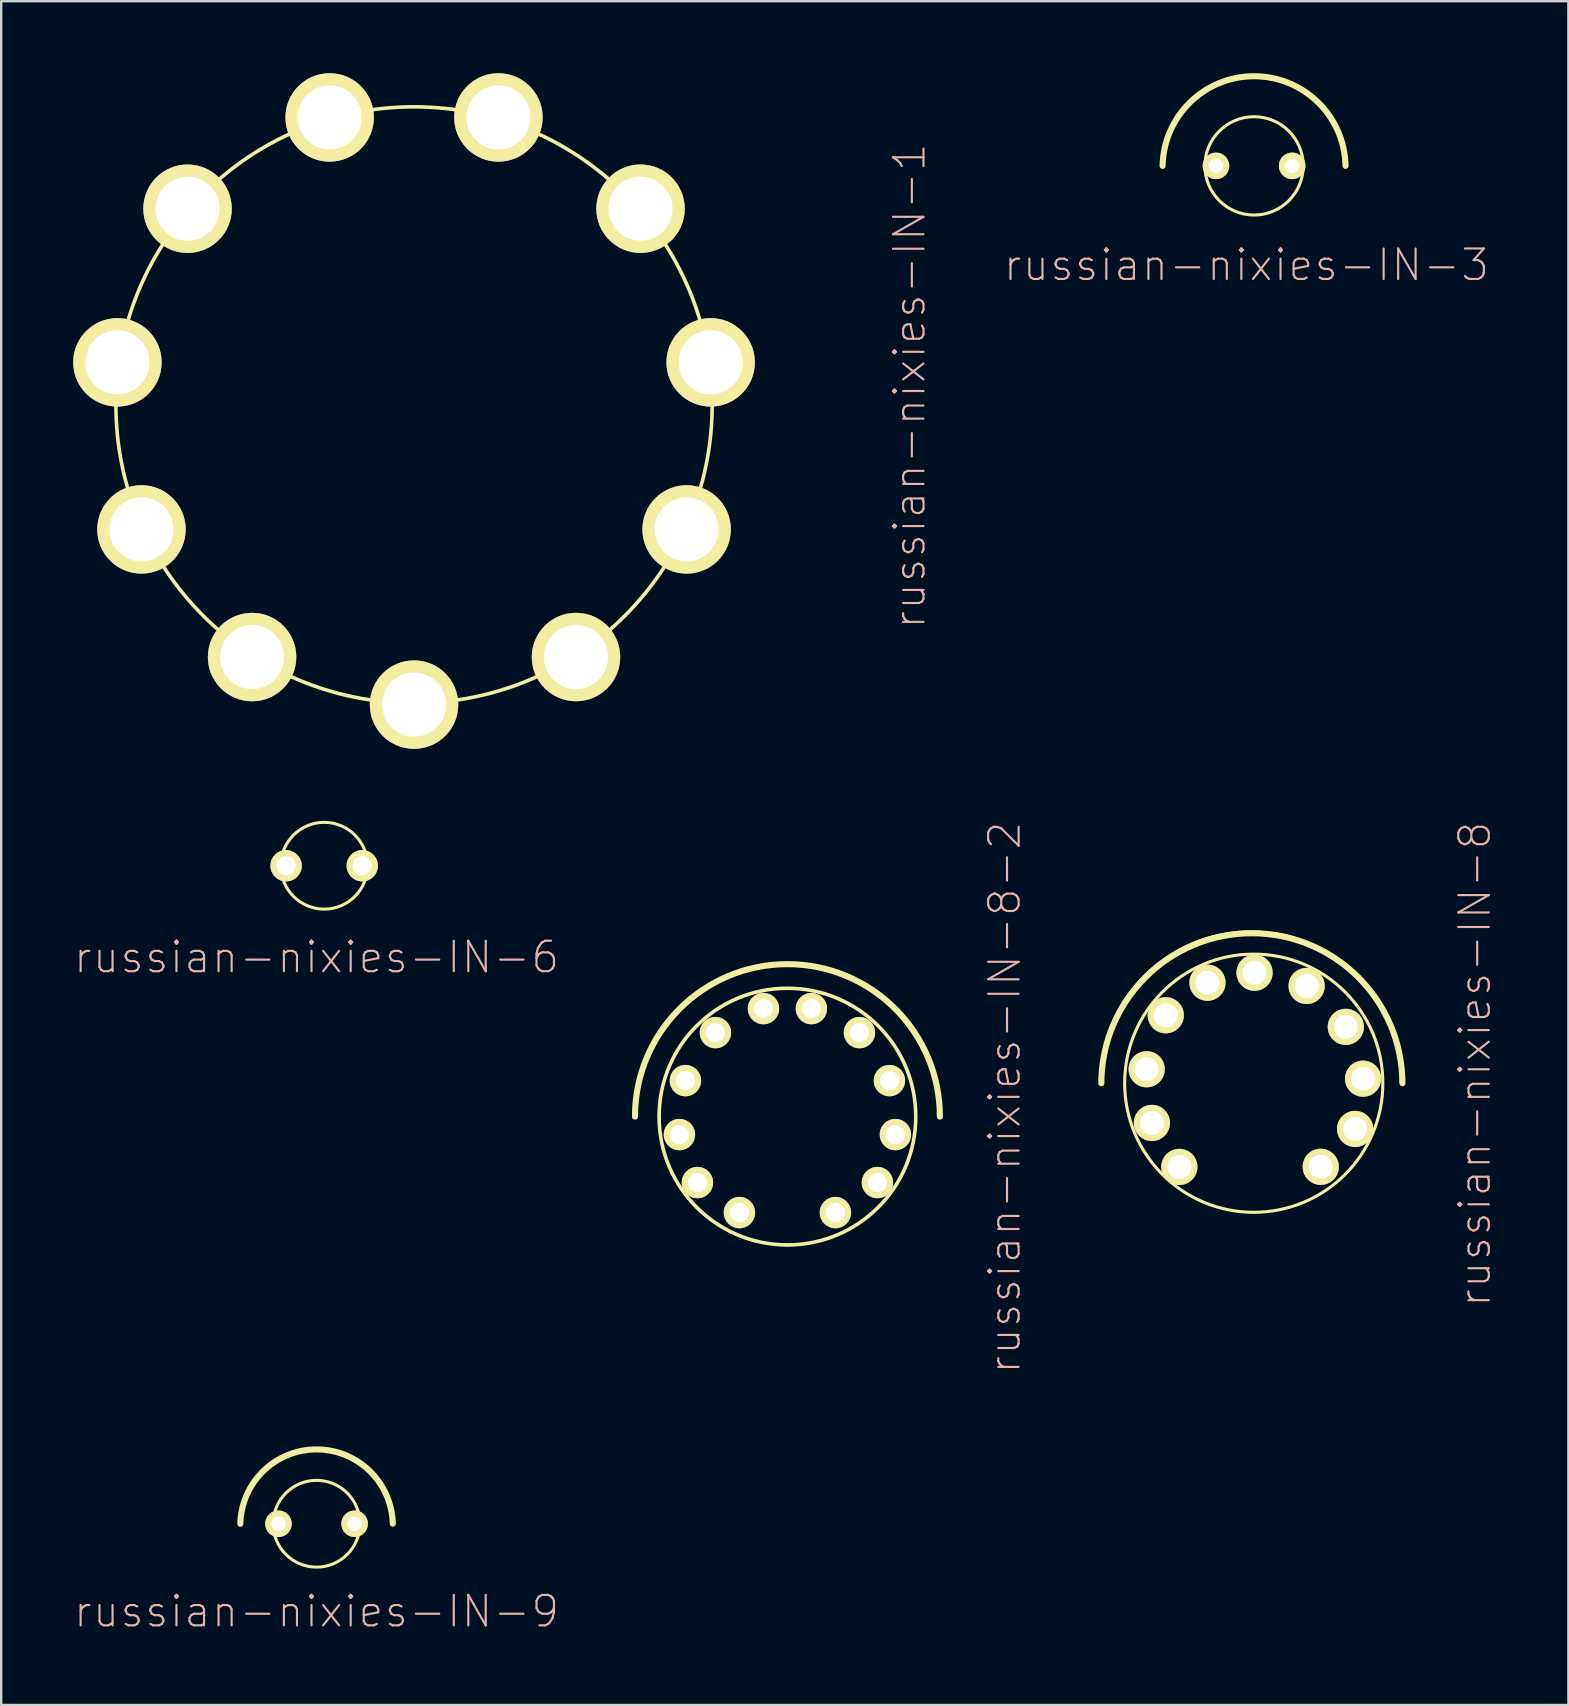
<source format=kicad_pcb>
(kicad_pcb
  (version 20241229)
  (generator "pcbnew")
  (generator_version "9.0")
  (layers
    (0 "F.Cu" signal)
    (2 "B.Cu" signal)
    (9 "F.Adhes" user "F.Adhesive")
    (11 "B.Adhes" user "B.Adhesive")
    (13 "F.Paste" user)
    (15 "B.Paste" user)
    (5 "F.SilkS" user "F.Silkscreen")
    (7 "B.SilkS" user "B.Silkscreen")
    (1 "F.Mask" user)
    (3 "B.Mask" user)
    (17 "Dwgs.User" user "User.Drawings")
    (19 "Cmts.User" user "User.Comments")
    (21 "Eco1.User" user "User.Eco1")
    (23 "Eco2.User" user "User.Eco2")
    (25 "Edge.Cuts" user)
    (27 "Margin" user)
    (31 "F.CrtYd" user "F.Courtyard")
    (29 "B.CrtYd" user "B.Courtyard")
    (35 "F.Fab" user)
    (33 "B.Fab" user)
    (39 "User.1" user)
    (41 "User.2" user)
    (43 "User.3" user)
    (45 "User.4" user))
  (footprint "russian-nixies-IN-3"
    (layer "F.Cu")
    (at 49.186 3.859)
    (property "Reference" "russian-nixies-IN-3" (at -0.318 4.128 0) (layer "B.SilkS") (effects (font (size 1.27 1.27) (thickness 0.089))))
    (attr exclude_from_pos_files exclude_from_bom)
    (fp_arc (start -3.81 0) (mid -0.001068 -3.732073) (end 3.809955 -0.002135) (stroke (width 0.254) (type solid)) (layer "F.SilkS"))
    (fp_circle (center 0 0) (end -1.448 1.448) (stroke (width 0.127) (type solid)) (fill no) (layer "F.SilkS"))
    (pad "A" thru_hole circle (at -1.587 0) (size 1.107 1.107) (drill 0.599) (layers "*.Cu" "F.Mask" "F.SilkS" "F.Paste"))
    (pad "K" thru_hole circle (at 1.587 0) (size 1.107 1.107) (drill 0.599) (layers "*.Cu" "F.Mask" "F.SilkS" "F.Paste")))
  (footprint "russian-nixies-IN-8-2"
    (layer "F.Cu")
    (at 29.749 43.46)
    (property "Reference" "russian-nixies-IN-8-2" (at 9.047 -0.792 90) (layer "B.SilkS") (effects (font (size 1.27 1.27) (thickness 0.089))))
    (attr exclude_from_pos_files exclude_from_bom)
    (fp_arc (start -6.35 0) (mid 0 -6.35) (end 6.35 0) (stroke (width 0.127) (type solid)) (layer "F.SilkS"))
    (fp_arc (start -6.35 0) (mid 0 -6.35) (end 6.35 0) (stroke (width 0.254) (type solid)) (layer "F.SilkS"))
    (fp_circle (center 0 0) (end -3.81 3.81) (stroke (width 0.064) (type solid)) (fill no) (layer "F.SilkS"))
    (fp_circle (center 0 0) (end -3.772 3.772) (stroke (width 0.127) (type solid)) (fill no) (layer "F.SilkS"))
    (pad "." thru_hole circle (at -3 -3.498) (size 1.306 1.306) (drill 0.798) (layers "*.Cu" "F.Mask" "F.SilkS" "F.Paste"))
    (pad "0" thru_hole circle (at -3.749 2.748) (size 1.306 1.306) (drill 0.798) (layers "*.Cu" "F.Mask" "F.SilkS" "F.Paste"))
    (pad "1" thru_hole circle (at 1.999 3.998) (size 1.306 1.306) (drill 0.798) (layers "*.Cu" "F.Mask" "F.SilkS" "F.Paste"))
    (pad "2" thru_hole circle (at 3.749 2.748) (size 1.306 1.306) (drill 0.798) (layers "*.Cu" "F.Mask" "F.SilkS" "F.Paste"))
    (pad "3" thru_hole circle (at 4.498 0.749) (size 1.306 1.306) (drill 0.798) (layers "*.Cu" "F.Mask" "F.SilkS" "F.Paste"))
    (pad "4" thru_hole circle (at 4.249 -1.499) (size 1.306 1.306) (drill 0.798) (layers "*.Cu" "F.Mask" "F.SilkS" "F.Paste"))
    (pad "5" thru_hole circle (at 3 -3.498) (size 1.306 1.306) (drill 0.798) (layers "*.Cu" "F.Mask" "F.SilkS" "F.Paste"))
    (pad "6" thru_hole circle (at 0.998 -4.498) (size 1.306 1.306) (drill 0.798) (layers "*.Cu" "F.Mask" "F.SilkS" "F.Paste"))
    (pad "7" thru_hole circle (at -0.998 -4.498) (size 1.306 1.306) (drill 0.798) (layers "*.Cu" "F.Mask" "F.SilkS" "F.Paste"))
    (pad "8" thru_hole circle (at -4.249 -1.499) (size 1.306 1.306) (drill 0.798) (layers "*.Cu" "F.Mask" "F.SilkS" "F.Paste"))
    (pad "9" thru_hole circle (at -4.498 0.749) (size 1.306 1.306) (drill 0.798) (layers "*.Cu" "F.Mask" "F.SilkS" "F.Paste"))
    (pad "A" thru_hole circle (at -1.999 3.998) (size 1.306 1.306) (drill 0.798) (layers "*.Cu" "F.Mask" "F.SilkS" "F.Paste")))
  (footprint "russian-nixies-IN-9"
    (layer "F.Cu")
    (at 10.136 60.419)
    (property "Reference" "russian-nixies-IN-9" (at 0 3.65 0) (layer "B.SilkS") (effects (font (size 1.27 1.27) (thickness 0.089))))
    (attr exclude_from_pos_files exclude_from_bom)
    (fp_arc (start -3.175 0) (mid -0.001627 -3.097236) (end 3.174918 -0.003253) (stroke (width 0.254) (type solid)) (layer "F.SilkS"))
    (fp_circle (center 0 0) (end -1.278 1.278) (stroke (width 0.127) (type solid)) (fill no) (layer "F.SilkS"))
    (pad "A" thru_hole circle (at -1.587 0) (size 1.107 1.107) (drill 0.599) (layers "*.Cu" "F.Mask" "F.SilkS" "F.Paste"))
    (pad "K" thru_hole circle (at 1.585 0) (size 1.107 1.107) (drill 0.599) (layers "*.Cu" "F.Mask" "F.SilkS" "F.Paste")))
  (footprint "russian-nixies-IN-1"
    (layer "F.Cu")
    (at 14.196 13.818)
    (property "Reference" "russian-nixies-IN-1" (at 20.637 -0.792 90) (layer "B.SilkS") (effects (font (size 1.27 1.27) (thickness 0.089))))
    (attr exclude_from_pos_files exclude_from_bom)
    (fp_circle (center 0 0) (end -8.781 8.781) (stroke (width 0.15) (type solid)) (fill no) (layer "F.SilkS"))
    (pad "0" thru_hole circle (at 0 12.482) (size 3.683 3.683) (drill 2.667) (layers "*.Cu" "F.Mask" "F.SilkS" "F.Paste"))
    (pad "1" thru_hole circle (at -11.354 5.184) (size 3.683 3.683) (drill 2.667) (layers "*.Cu" "F.Mask" "F.SilkS" "F.Paste"))
    (pad "2" thru_hole circle (at -12.355 -1.775) (size 3.683 3.683) (drill 2.667) (layers "*.Cu" "F.Mask" "F.SilkS" "F.Paste"))
    (pad "3" thru_hole circle (at -9.434 -8.174) (size 3.683 3.683) (drill 2.667) (layers "*.Cu" "F.Mask" "F.SilkS" "F.Paste"))
    (pad "4" thru_hole circle (at -3.515 -11.976) (size 3.683 3.683) (drill 2.667) (layers "*.Cu" "F.Mask" "F.SilkS" "F.Paste"))
    (pad "5" thru_hole circle (at 3.515 -11.976) (size 3.683 3.683) (drill 2.667) (layers "*.Cu" "F.Mask" "F.SilkS" "F.Paste"))
    (pad "6" thru_hole circle (at 9.434 -8.174) (size 3.683 3.683) (drill 2.667) (layers "*.Cu" "F.Mask" "F.SilkS" "F.Paste"))
    (pad "7" thru_hole circle (at 12.355 -1.775) (size 3.683 3.683) (drill 2.667) (layers "*.Cu" "F.Mask" "F.SilkS" "F.Paste"))
    (pad "8" thru_hole circle (at 11.354 5.184) (size 3.683 3.683) (drill 2.667) (layers "*.Cu" "F.Mask" "F.SilkS" "F.Paste"))
    (pad "9" thru_hole circle (at 6.746 10.5) (size 3.683 3.683) (drill 2.667) (layers "*.Cu" "F.Mask" "F.SilkS" "F.Paste"))
    (pad "A" thru_hole circle (at -6.746 10.5) (size 3.683 3.683) (drill 2.667) (layers "*.Cu" "F.Mask" "F.SilkS" "F.Paste")))
  (footprint "russian-nixies-IN-8"
    (layer "F.Cu")
    (at 49.173 42.069)
    (property "Reference" "russian-nixies-IN-8" (at 9.207 -0.792 90) (layer "B.SilkS") (effects (font (size 1.27 1.27) (thickness 0.089))))
    (attr exclude_from_pos_files exclude_from_bom)
    (fp_arc (start -6.35762 -0.08636) (mid -0.094355 -6.319533) (end 6.144282 -0.06171) (stroke (width 0.127) (type solid)) (layer "F.SilkS"))
    (fp_arc (start -6.35 0) (mid -0.07874 -6.27126) (end 6.19252 0) (stroke (width 0.254) (type solid)) (layer "F.SilkS"))
    (fp_circle (center 0 0) (end -3.81 3.81) (stroke (width 0.064) (type solid)) (fill no) (layer "F.SilkS"))
    (fp_circle (center 0 0) (end -3.802 3.802) (stroke (width 0.127) (type solid)) (fill no) (layer "F.SilkS"))
    (pad "0" thru_hole circle (at -4.242 1.654) (size 1.506 1.506) (drill 0.998) (layers "*.Cu" "F.Mask" "F.SilkS" "F.Paste"))
    (pad "1" thru_hole circle (at 2.791 3.482) (size 1.506 1.506) (drill 0.998) (layers "*.Cu" "F.Mask" "F.SilkS" "F.Paste"))
    (pad "2" thru_hole circle (at 4.221 1.905) (size 1.506 1.506) (drill 0.998) (layers "*.Cu" "F.Mask" "F.SilkS" "F.Paste"))
    (pad "3" thru_hole circle (at 4.554 -0.188) (size 1.506 1.506) (drill 0.998) (layers "*.Cu" "F.Mask" "F.SilkS" "F.Paste"))
    (pad "4" thru_hole circle (at 3.835 -2.347) (size 1.506 1.506) (drill 0.998) (layers "*.Cu" "F.Mask" "F.SilkS" "F.Paste"))
    (pad "5" thru_hole circle (at 2.202 -4.051) (size 1.506 1.506) (drill 0.998) (layers "*.Cu" "F.Mask" "F.SilkS" "F.Paste"))
    (pad "6" thru_hole circle (at 0.033 -4.602) (size 1.506 1.506) (drill 0.998) (layers "*.Cu" "F.Mask" "F.SilkS" "F.Paste"))
    (pad "7" thru_hole circle (at -1.928 -4.186) (size 1.506 1.506) (drill 0.998) (layers "*.Cu" "F.Mask" "F.SilkS" "F.Paste"))
    (pad "8" thru_hole circle (at -3.665 -2.83) (size 1.506 1.506) (drill 0.998) (layers "*.Cu" "F.Mask" "F.SilkS" "F.Paste"))
    (pad "9" thru_hole circle (at -4.46 -0.582) (size 1.506 1.506) (drill 0.998) (layers "*.Cu" "F.Mask" "F.SilkS" "F.Paste"))
    (pad "A" thru_hole circle (at -3.099 3.487) (size 1.506 1.506) (drill 0.998) (layers "*.Cu" "F.Mask" "F.SilkS" "F.Paste")))
  (footprint "russian-nixies-IN-6"
    (layer "F.Cu")
    (at 10.454 33.011)
    (property "Reference" "russian-nixies-IN-6" (at -0.318 3.81 180) (layer "B.SilkS") (effects (font (size 1.27 1.27) (thickness 0.089))))
    (attr exclude_from_pos_files exclude_from_bom)
    (fp_circle (center 0 0) (end -1.278 1.278) (stroke (width 0.127) (type solid)) (fill no) (layer "F.SilkS"))
    (pad "A" thru_hole circle (at -1.587 0) (size 1.306 1.306) (drill 0.798) (layers "*.Cu" "F.Mask" "F.SilkS" "F.Paste"))
    (pad "K" thru_hole circle (at 1.585 0) (size 1.306 1.306) (drill 0.798) (layers "*.Cu" "F.Mask" "F.SilkS" "F.Paste")))
  (gr_rect
    (start -3 -3)
    (end 62.279 67.968)
    (stroke (width 0.1) (type default))
    (fill no)
    (layer "Edge.Cuts")))
</source>
